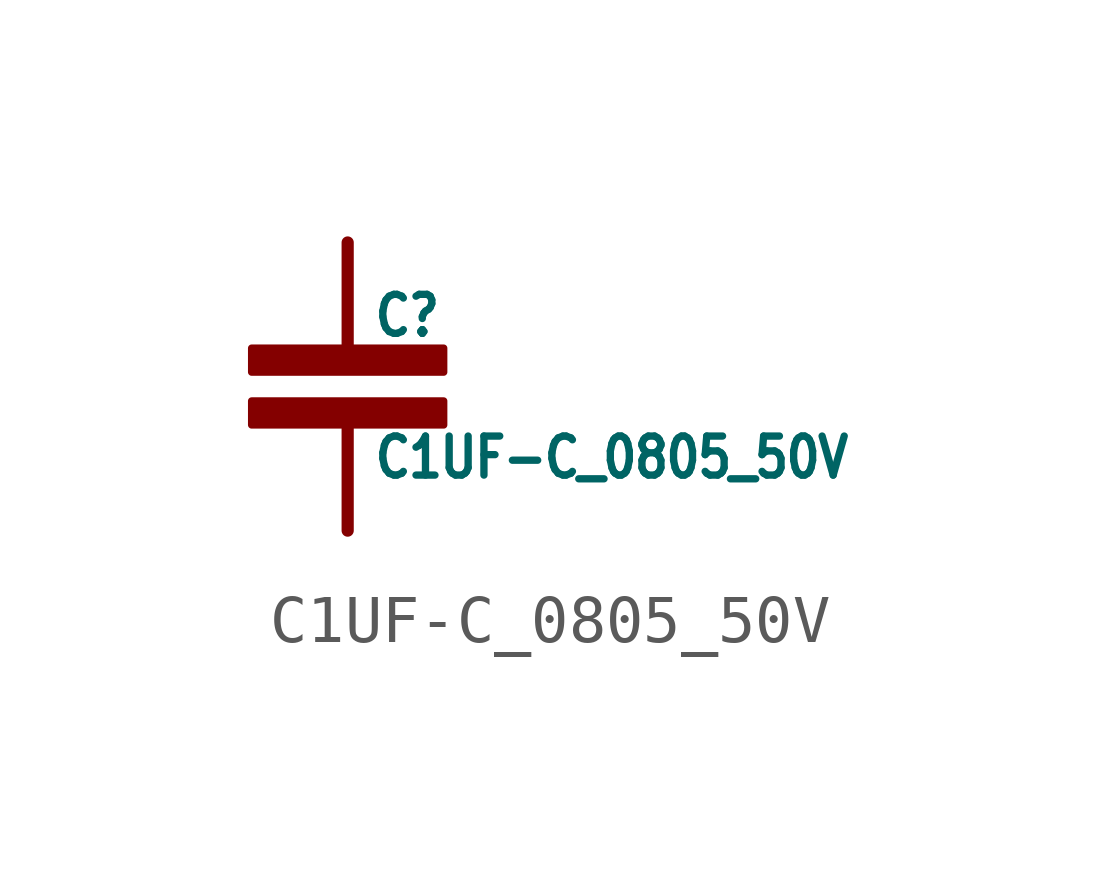
<source format=kicad_sym>
(kicad_symbol_lib
  (version 20211014)
  (generator kicad_symbol_editor)
  (symbol "C1UF-C_0805_50V"
    (property "Reference" "C"
      (at 0.5 1 0)
      (effects (font (size 0.813 0.691)) (justify left bottom)))
    (property "Value" "C1UF-C_0805_50V"
      (at 0.5 -1 0)
      (effects (font (size 0.813 0.691)) (justify left top)))
    (property "ki_locked" ""
      (at 0 0 0)
      (effects (font (size 1.27 1.27))))
    (symbol "C1UF-C_0805_50V_1_0"
      (rectangle (start -2 -0.8) (end 2 -0.3) (stroke (width 0) (type default) (color 0 0 0 0)) (fill (type outline)))
      (rectangle (start -2 0.3) (end 2 0.8) (stroke (width 0) (type default) (color 0 0 0 0)) (fill (type outline)))
      (polyline (pts (xy 0 -0.5) (xy 0 -3)) (stroke (width 0.254) (type default) (color 0 0 0 0)) (fill (type none)))
      (polyline (pts (xy 0 0.5) (xy 0 3)) (stroke (width 0.254) (type default) (color 0 0 0 0)) (fill (type none)))
      (pin bidirectional line (at 0 3 0) (length 0) (name "P$1" (effects (font (size 0 0)))) (number "1" (effects (font (size 0 0)))))
      (pin bidirectional line (at 0 -3 0) (length 0) (name "P$2" (effects (font (size 0 0)))) (number "2" (effects (font (size 0 0))))))))
</source>
